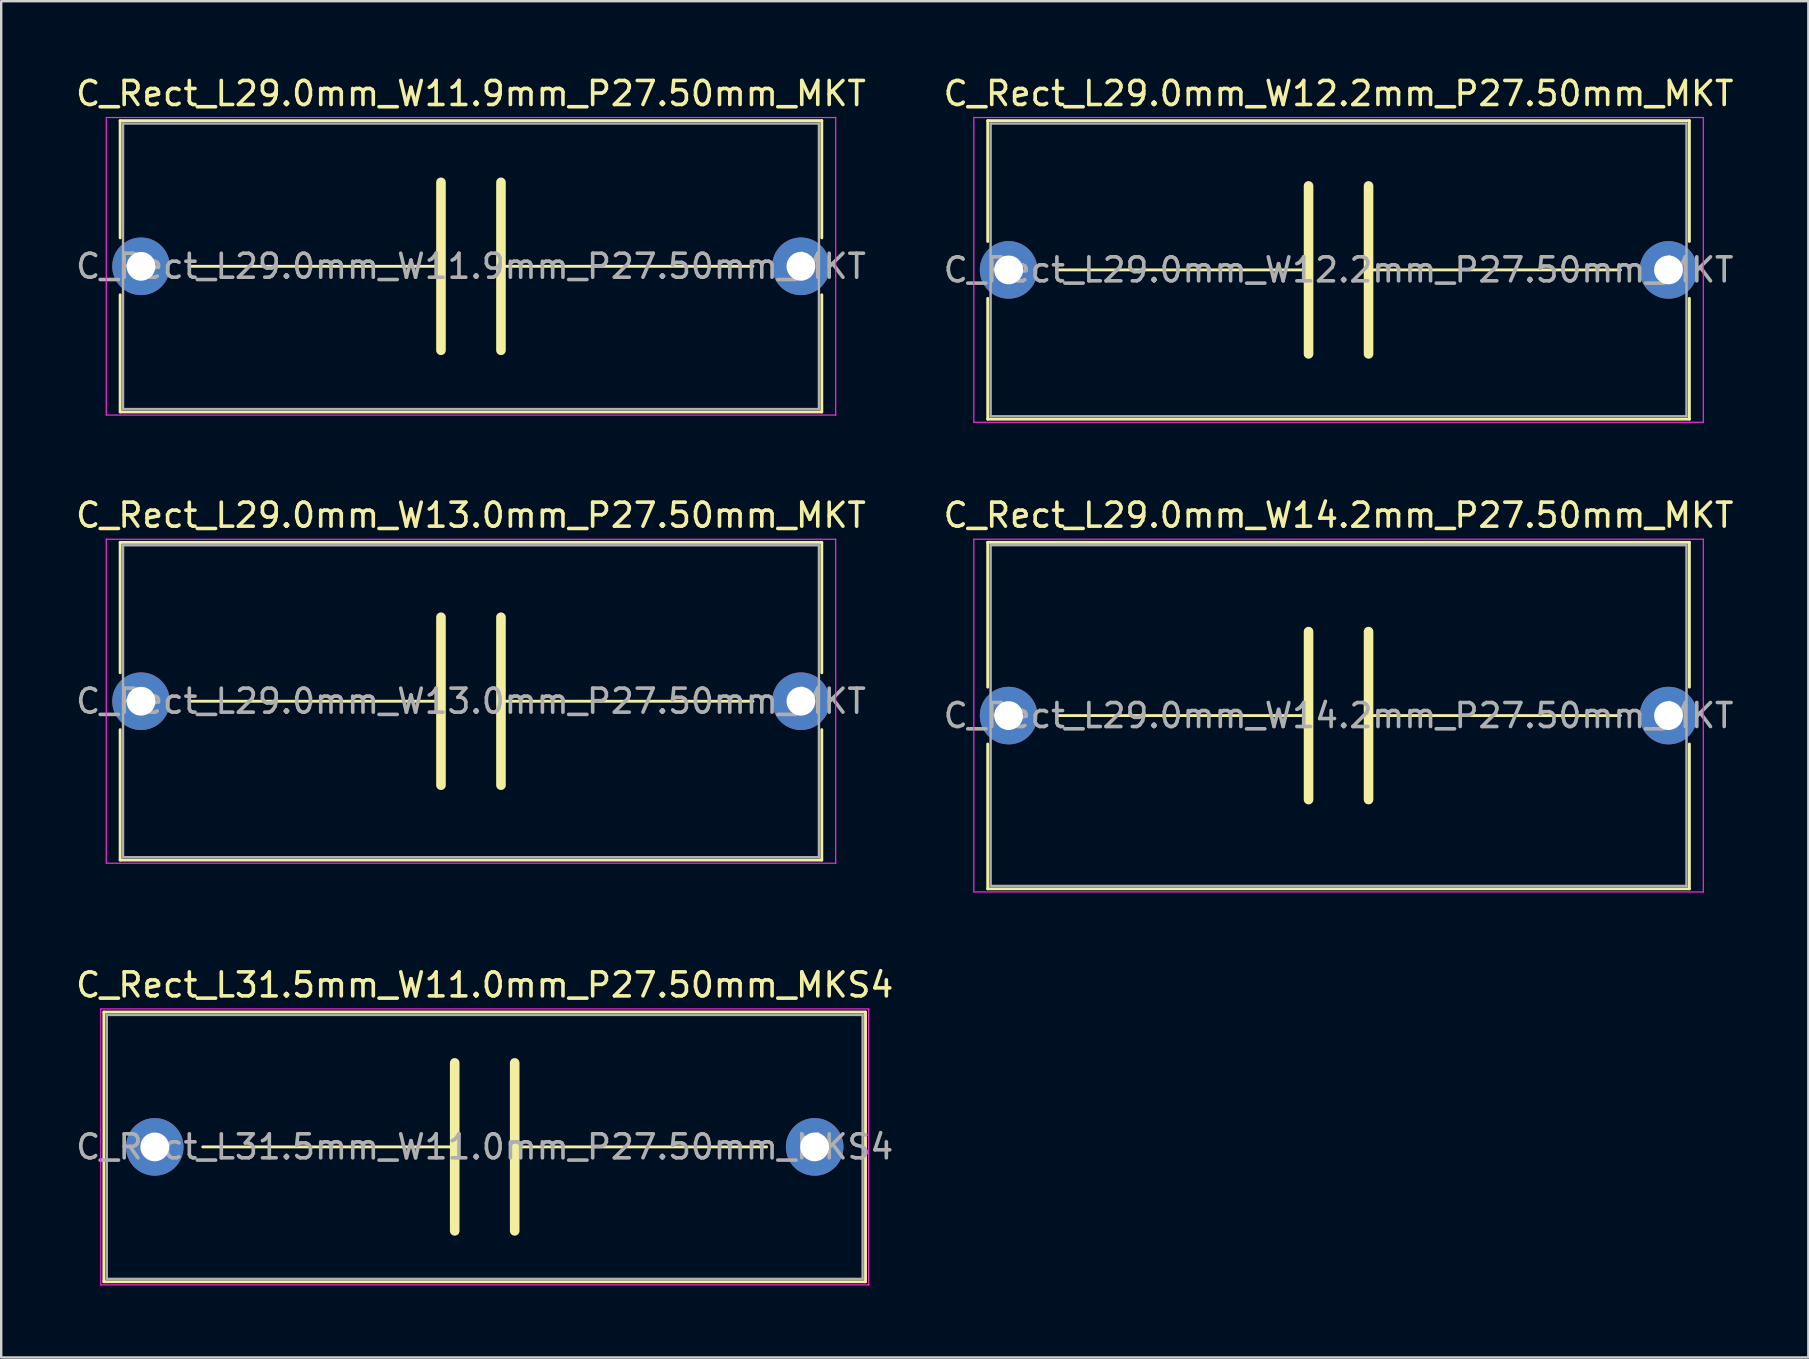
<source format=kicad_pcb>
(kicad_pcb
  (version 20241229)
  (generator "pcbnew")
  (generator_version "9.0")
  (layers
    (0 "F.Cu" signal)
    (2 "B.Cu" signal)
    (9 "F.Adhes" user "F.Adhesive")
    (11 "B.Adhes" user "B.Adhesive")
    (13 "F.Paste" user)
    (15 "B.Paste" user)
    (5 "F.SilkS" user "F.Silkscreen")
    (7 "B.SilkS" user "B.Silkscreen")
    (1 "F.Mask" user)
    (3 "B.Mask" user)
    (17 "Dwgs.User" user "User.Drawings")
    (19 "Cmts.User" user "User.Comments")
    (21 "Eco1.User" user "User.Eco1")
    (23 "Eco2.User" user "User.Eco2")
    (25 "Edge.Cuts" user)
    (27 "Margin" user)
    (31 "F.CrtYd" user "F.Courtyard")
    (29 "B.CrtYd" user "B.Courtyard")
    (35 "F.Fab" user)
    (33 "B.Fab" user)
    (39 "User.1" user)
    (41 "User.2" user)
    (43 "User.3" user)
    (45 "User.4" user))
  (footprint "C_Rect_L29.0mm_W11.9mm_P27.50mm_MKT"
    (layer "F.Cu")
    (at 2.827 8.048)
    (property "Reference" "C_Rect_L29.0mm_W11.9mm_P27.50mm_MKT" (at 13.75 -7.2 0) (layer "F.SilkS") (effects (font (size 1 1) (thickness 0.15))))
    (attr through_hole)
    (fp_line (start -0.87 -6.07) (end -0.87 -1.185) (stroke (width 0.12) (type solid)) (layer "F.SilkS"))
    (fp_line (start -0.87 -6.07) (end 28.37 -6.07) (stroke (width 0.12) (type solid)) (layer "F.SilkS"))
    (fp_line (start -0.87 1.185) (end -0.87 6.07) (stroke (width 0.12) (type solid)) (layer "F.SilkS"))
    (fp_line (start -0.87 6.07) (end 28.37 6.07) (stroke (width 0.12) (type solid)) (layer "F.SilkS"))
    (fp_line (start 2 0) (end 12.5 0) (stroke (width 0.12) (type solid)) (layer "F.SilkS"))
    (fp_line (start 12.5 -3.5) (end 12.5 3.5) (stroke (width 0.4) (type solid)) (layer "F.SilkS"))
    (fp_line (start 15 -3.5) (end 15 3.5) (stroke (width 0.4) (type solid)) (layer "F.SilkS"))
    (fp_line (start 15 0) (end 25.5 0) (stroke (width 0.12) (type solid)) (layer "F.SilkS"))
    (fp_line (start 28.37 -6.07) (end 28.37 -1.185) (stroke (width 0.12) (type solid)) (layer "F.SilkS"))
    (fp_line (start 28.37 1.185) (end 28.37 6.07) (stroke (width 0.12) (type solid)) (layer "F.SilkS"))
    (fp_line (start -1.45 -6.2) (end -1.45 6.2) (stroke (width 0.05) (type solid)) (layer "F.CrtYd"))
    (fp_line (start -1.45 6.2) (end 28.95 6.2) (stroke (width 0.05) (type solid)) (layer "F.CrtYd"))
    (fp_line (start 28.95 -6.2) (end -1.45 -6.2) (stroke (width 0.05) (type solid)) (layer "F.CrtYd"))
    (fp_line (start 28.95 6.2) (end 28.95 -6.2) (stroke (width 0.05) (type solid)) (layer "F.CrtYd"))
    (fp_line (start -0.75 -5.95) (end -0.75 5.95) (stroke (width 0.1) (type solid)) (layer "F.Fab"))
    (fp_line (start -0.75 5.95) (end 28.25 5.95) (stroke (width 0.1) (type solid)) (layer "F.Fab"))
    (fp_line (start 28.25 -5.95) (end -0.75 -5.95) (stroke (width 0.1) (type solid)) (layer "F.Fab"))
    (fp_line (start 28.25 5.95) (end 28.25 -5.95) (stroke (width 0.1) (type solid)) (layer "F.Fab"))
    (fp_text user "${REFERENCE}" (at 13.75 0 0) (layer "F.Fab") (effects (font (size 1 1) (thickness 0.15))))
    (pad "1" thru_hole circle (at 0 0) (size 2.4 2.4) (drill 1.2) (layers "*.Cu" "*.Mask"))
    (pad "2" thru_hole circle (at 27.5 0) (size 2.4 2.4) (drill 1.2) (layers "*.Cu" "*.Mask")))
  (footprint "C_Rect_L29.0mm_W14.2mm_P27.50mm_MKT"
    (layer "F.Cu")
    (at 38.982 26.771)
    (property "Reference" "C_Rect_L29.0mm_W14.2mm_P27.50mm_MKT" (at 13.75 -8.35 0) (layer "F.SilkS") (effects (font (size 1 1) (thickness 0.15))))
    (attr through_hole)
    (fp_line (start -0.87 -7.22) (end -0.87 -1.185) (stroke (width 0.12) (type solid)) (layer "F.SilkS"))
    (fp_line (start -0.87 -7.22) (end 28.37 -7.22) (stroke (width 0.12) (type solid)) (layer "F.SilkS"))
    (fp_line (start -0.87 1.185) (end -0.87 7.22) (stroke (width 0.12) (type solid)) (layer "F.SilkS"))
    (fp_line (start -0.87 7.22) (end 28.37 7.22) (stroke (width 0.12) (type solid)) (layer "F.SilkS"))
    (fp_line (start 2 0) (end 12.5 0) (stroke (width 0.12) (type solid)) (layer "F.SilkS"))
    (fp_line (start 12.5 -3.5) (end 12.5 3.5) (stroke (width 0.4) (type solid)) (layer "F.SilkS"))
    (fp_line (start 15 -3.5) (end 15 3.5) (stroke (width 0.4) (type solid)) (layer "F.SilkS"))
    (fp_line (start 15 0) (end 25.5 0) (stroke (width 0.12) (type solid)) (layer "F.SilkS"))
    (fp_line (start 28.37 -7.22) (end 28.37 -1.185) (stroke (width 0.12) (type solid)) (layer "F.SilkS"))
    (fp_line (start 28.37 1.185) (end 28.37 7.22) (stroke (width 0.12) (type solid)) (layer "F.SilkS"))
    (fp_line (start -1.45 -7.35) (end -1.45 7.35) (stroke (width 0.05) (type solid)) (layer "F.CrtYd"))
    (fp_line (start -1.45 7.35) (end 28.95 7.35) (stroke (width 0.05) (type solid)) (layer "F.CrtYd"))
    (fp_line (start 28.95 -7.35) (end -1.45 -7.35) (stroke (width 0.05) (type solid)) (layer "F.CrtYd"))
    (fp_line (start 28.95 7.35) (end 28.95 -7.35) (stroke (width 0.05) (type solid)) (layer "F.CrtYd"))
    (fp_line (start -0.75 -7.1) (end -0.75 7.1) (stroke (width 0.1) (type solid)) (layer "F.Fab"))
    (fp_line (start -0.75 7.1) (end 28.25 7.1) (stroke (width 0.1) (type solid)) (layer "F.Fab"))
    (fp_line (start 28.25 -7.1) (end -0.75 -7.1) (stroke (width 0.1) (type solid)) (layer "F.Fab"))
    (fp_line (start 28.25 7.1) (end 28.25 -7.1) (stroke (width 0.1) (type solid)) (layer "F.Fab"))
    (fp_text user "${REFERENCE}" (at 13.75 0 0) (layer "F.Fab") (effects (font (size 1 1) (thickness 0.15))))
    (pad "1" thru_hole circle (at 0 0) (size 2.4 2.4) (drill 1.2) (layers "*.Cu" "*.Mask"))
    (pad "2" thru_hole circle (at 27.5 0) (size 2.4 2.4) (drill 1.2) (layers "*.Cu" "*.Mask")))
  (footprint "C_Rect_L31.5mm_W11.0mm_P27.50mm_MKS4"
    (layer "F.Cu")
    (at 3.399 44.745)
    (property "Reference" "C_Rect_L31.5mm_W11.0mm_P27.50mm_MKS4" (at 13.75 -6.75 0) (layer "F.SilkS") (effects (font (size 1 1) (thickness 0.15))))
    (attr through_hole)
    (fp_line (start -2.12 -5.62) (end -2.12 5.62) (stroke (width 0.12) (type solid)) (layer "F.SilkS"))
    (fp_line (start -2.12 -5.62) (end 29.62 -5.62) (stroke (width 0.12) (type solid)) (layer "F.SilkS"))
    (fp_line (start -2.12 5.62) (end 29.62 5.62) (stroke (width 0.12) (type solid)) (layer "F.SilkS"))
    (fp_line (start 2 0) (end 12.5 0) (stroke (width 0.12) (type solid)) (layer "F.SilkS"))
    (fp_line (start 12.5 -3.5) (end 12.5 3.5) (stroke (width 0.4) (type solid)) (layer "F.SilkS"))
    (fp_line (start 15 -3.5) (end 15 3.5) (stroke (width 0.4) (type solid)) (layer "F.SilkS"))
    (fp_line (start 15 0) (end 25.5 0) (stroke (width 0.12) (type solid)) (layer "F.SilkS"))
    (fp_line (start 29.62 -5.62) (end 29.62 5.62) (stroke (width 0.12) (type solid)) (layer "F.SilkS"))
    (fp_line (start -2.25 -5.75) (end -2.25 5.75) (stroke (width 0.05) (type solid)) (layer "F.CrtYd"))
    (fp_line (start -2.25 5.75) (end 29.75 5.75) (stroke (width 0.05) (type solid)) (layer "F.CrtYd"))
    (fp_line (start 29.75 -5.75) (end -2.25 -5.75) (stroke (width 0.05) (type solid)) (layer "F.CrtYd"))
    (fp_line (start 29.75 5.75) (end 29.75 -5.75) (stroke (width 0.05) (type solid)) (layer "F.CrtYd"))
    (fp_line (start -2 -5.5) (end -2 5.5) (stroke (width 0.1) (type solid)) (layer "F.Fab"))
    (fp_line (start -2 5.5) (end 29.5 5.5) (stroke (width 0.1) (type solid)) (layer "F.Fab"))
    (fp_line (start 29.5 -5.5) (end -2 -5.5) (stroke (width 0.1) (type solid)) (layer "F.Fab"))
    (fp_line (start 29.5 5.5) (end 29.5 -5.5) (stroke (width 0.1) (type solid)) (layer "F.Fab"))
    (fp_text user "${REFERENCE}" (at 13.75 0 0) (layer "F.Fab") (effects (font (size 1 1) (thickness 0.15))))
    (pad "1" thru_hole circle (at 0 0) (size 2.4 2.4) (drill 1.2) (layers "*.Cu" "*.Mask"))
    (pad "2" thru_hole circle (at 27.5 0) (size 2.4 2.4) (drill 1.2) (layers "*.Cu" "*.Mask")))
  (footprint "C_Rect_L29.0mm_W13.0mm_P27.50mm_MKT"
    (layer "F.Cu")
    (at 2.827 26.172)
    (property "Reference" "C_Rect_L29.0mm_W13.0mm_P27.50mm_MKT" (at 13.75 -7.75 0) (layer "F.SilkS") (effects (font (size 1 1) (thickness 0.15))))
    (attr through_hole)
    (fp_line (start -0.87 -6.62) (end -0.87 -1.185) (stroke (width 0.12) (type solid)) (layer "F.SilkS"))
    (fp_line (start -0.87 -6.62) (end 28.37 -6.62) (stroke (width 0.12) (type solid)) (layer "F.SilkS"))
    (fp_line (start -0.87 1.185) (end -0.87 6.62) (stroke (width 0.12) (type solid)) (layer "F.SilkS"))
    (fp_line (start -0.87 6.62) (end 28.37 6.62) (stroke (width 0.12) (type solid)) (layer "F.SilkS"))
    (fp_line (start 2 0) (end 12.5 0) (stroke (width 0.12) (type solid)) (layer "F.SilkS"))
    (fp_line (start 12.5 -3.5) (end 12.5 3.5) (stroke (width 0.4) (type solid)) (layer "F.SilkS"))
    (fp_line (start 15 -3.5) (end 15 3.5) (stroke (width 0.4) (type solid)) (layer "F.SilkS"))
    (fp_line (start 15 0) (end 25.5 0) (stroke (width 0.12) (type solid)) (layer "F.SilkS"))
    (fp_line (start 28.37 -6.62) (end 28.37 -1.185) (stroke (width 0.12) (type solid)) (layer "F.SilkS"))
    (fp_line (start 28.37 1.185) (end 28.37 6.62) (stroke (width 0.12) (type solid)) (layer "F.SilkS"))
    (fp_line (start -1.45 -6.75) (end -1.45 6.75) (stroke (width 0.05) (type solid)) (layer "F.CrtYd"))
    (fp_line (start -1.45 6.75) (end 28.95 6.75) (stroke (width 0.05) (type solid)) (layer "F.CrtYd"))
    (fp_line (start 28.95 -6.75) (end -1.45 -6.75) (stroke (width 0.05) (type solid)) (layer "F.CrtYd"))
    (fp_line (start 28.95 6.75) (end 28.95 -6.75) (stroke (width 0.05) (type solid)) (layer "F.CrtYd"))
    (fp_line (start -0.75 -6.5) (end -0.75 6.5) (stroke (width 0.1) (type solid)) (layer "F.Fab"))
    (fp_line (start -0.75 6.5) (end 28.25 6.5) (stroke (width 0.1) (type solid)) (layer "F.Fab"))
    (fp_line (start 28.25 -6.5) (end -0.75 -6.5) (stroke (width 0.1) (type solid)) (layer "F.Fab"))
    (fp_line (start 28.25 6.5) (end 28.25 -6.5) (stroke (width 0.1) (type solid)) (layer "F.Fab"))
    (fp_text user "${REFERENCE}" (at 13.75 0 0) (layer "F.Fab") (effects (font (size 1 1) (thickness 0.15))))
    (pad "1" thru_hole circle (at 0 0) (size 2.4 2.4) (drill 1.2) (layers "*.Cu" "*.Mask"))
    (pad "2" thru_hole circle (at 27.5 0) (size 2.4 2.4) (drill 1.2) (layers "*.Cu" "*.Mask")))
  (footprint "C_Rect_L29.0mm_W12.2mm_P27.50mm_MKT"
    (layer "F.Cu")
    (at 38.982 8.198)
    (property "Reference" "C_Rect_L29.0mm_W12.2mm_P27.50mm_MKT" (at 13.75 -7.35 0) (layer "F.SilkS") (effects (font (size 1 1) (thickness 0.15))))
    (attr through_hole)
    (fp_line (start -0.87 -6.22) (end -0.87 -1.185) (stroke (width 0.12) (type solid)) (layer "F.SilkS"))
    (fp_line (start -0.87 -6.22) (end 28.37 -6.22) (stroke (width 0.12) (type solid)) (layer "F.SilkS"))
    (fp_line (start -0.87 1.185) (end -0.87 6.22) (stroke (width 0.12) (type solid)) (layer "F.SilkS"))
    (fp_line (start -0.87 6.22) (end 28.37 6.22) (stroke (width 0.12) (type solid)) (layer "F.SilkS"))
    (fp_line (start 2 0) (end 12.5 0) (stroke (width 0.12) (type solid)) (layer "F.SilkS"))
    (fp_line (start 12.5 -3.5) (end 12.5 3.5) (stroke (width 0.4) (type solid)) (layer "F.SilkS"))
    (fp_line (start 15 -3.5) (end 15 3.5) (stroke (width 0.4) (type solid)) (layer "F.SilkS"))
    (fp_line (start 15 0) (end 25.5 0) (stroke (width 0.12) (type solid)) (layer "F.SilkS"))
    (fp_line (start 28.37 -6.22) (end 28.37 -1.185) (stroke (width 0.12) (type solid)) (layer "F.SilkS"))
    (fp_line (start 28.37 1.185) (end 28.37 6.22) (stroke (width 0.12) (type solid)) (layer "F.SilkS"))
    (fp_line (start -1.45 -6.35) (end -1.45 6.35) (stroke (width 0.05) (type solid)) (layer "F.CrtYd"))
    (fp_line (start -1.45 6.35) (end 28.95 6.35) (stroke (width 0.05) (type solid)) (layer "F.CrtYd"))
    (fp_line (start 28.95 -6.35) (end -1.45 -6.35) (stroke (width 0.05) (type solid)) (layer "F.CrtYd"))
    (fp_line (start 28.95 6.35) (end 28.95 -6.35) (stroke (width 0.05) (type solid)) (layer "F.CrtYd"))
    (fp_line (start -0.75 -6.1) (end -0.75 6.1) (stroke (width 0.1) (type solid)) (layer "F.Fab"))
    (fp_line (start -0.75 6.1) (end 28.25 6.1) (stroke (width 0.1) (type solid)) (layer "F.Fab"))
    (fp_line (start 28.25 -6.1) (end -0.75 -6.1) (stroke (width 0.1) (type solid)) (layer "F.Fab"))
    (fp_line (start 28.25 6.1) (end 28.25 -6.1) (stroke (width 0.1) (type solid)) (layer "F.Fab"))
    (fp_text user "${REFERENCE}" (at 13.75 0 0) (layer "F.Fab") (effects (font (size 1 1) (thickness 0.15))))
    (pad "1" thru_hole circle (at 0 0) (size 2.4 2.4) (drill 1.2) (layers "*.Cu" "*.Mask"))
    (pad "2" thru_hole circle (at 27.5 0) (size 2.4 2.4) (drill 1.2) (layers "*.Cu" "*.Mask")))
  (gr_rect
    (start -3 -3)
    (end 72.31 53.52)
    (stroke (width 0.1) (type default))
    (fill no)
    (layer "Edge.Cuts")))
</source>
